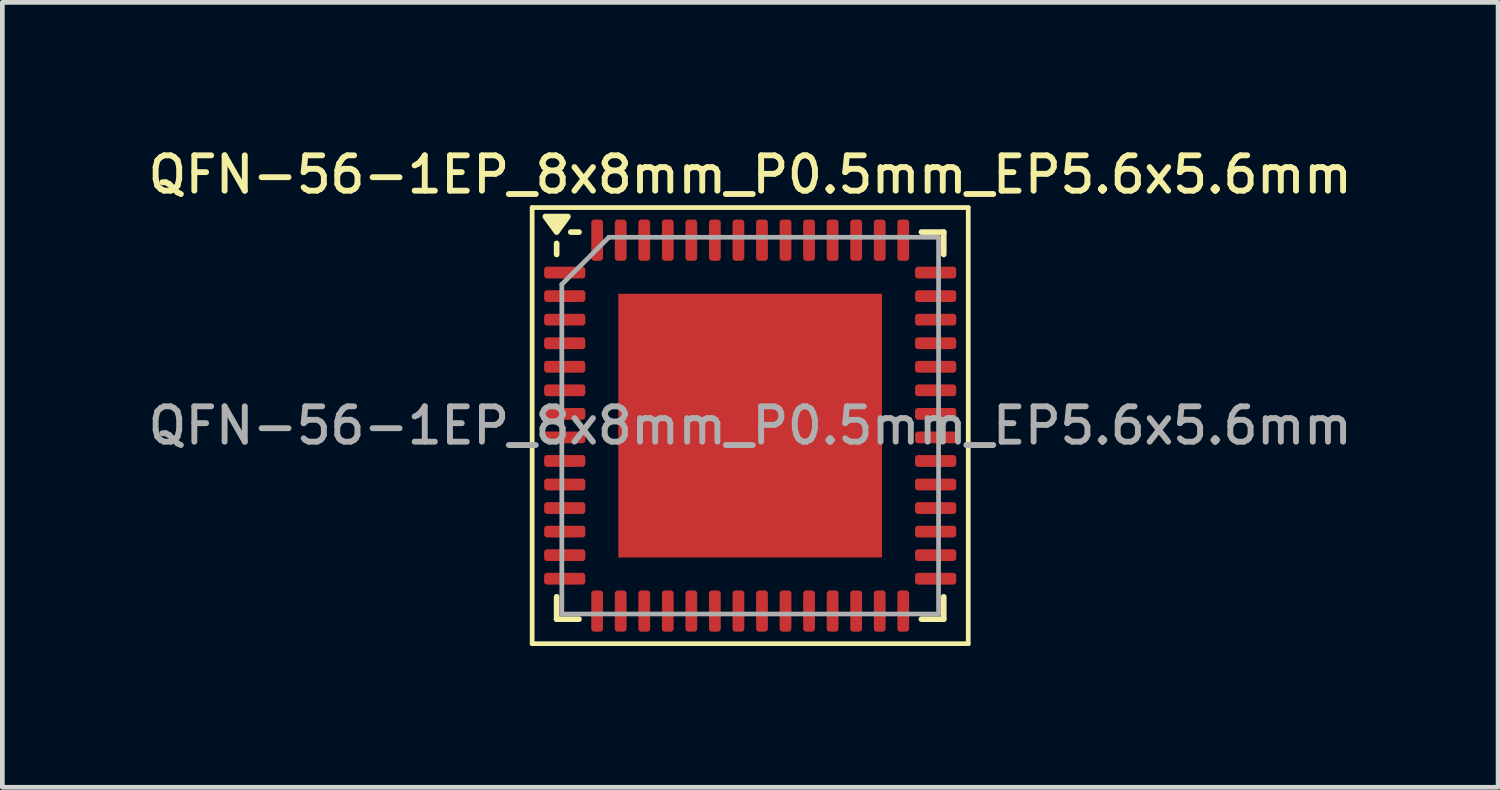
<source format=kicad_pcb>
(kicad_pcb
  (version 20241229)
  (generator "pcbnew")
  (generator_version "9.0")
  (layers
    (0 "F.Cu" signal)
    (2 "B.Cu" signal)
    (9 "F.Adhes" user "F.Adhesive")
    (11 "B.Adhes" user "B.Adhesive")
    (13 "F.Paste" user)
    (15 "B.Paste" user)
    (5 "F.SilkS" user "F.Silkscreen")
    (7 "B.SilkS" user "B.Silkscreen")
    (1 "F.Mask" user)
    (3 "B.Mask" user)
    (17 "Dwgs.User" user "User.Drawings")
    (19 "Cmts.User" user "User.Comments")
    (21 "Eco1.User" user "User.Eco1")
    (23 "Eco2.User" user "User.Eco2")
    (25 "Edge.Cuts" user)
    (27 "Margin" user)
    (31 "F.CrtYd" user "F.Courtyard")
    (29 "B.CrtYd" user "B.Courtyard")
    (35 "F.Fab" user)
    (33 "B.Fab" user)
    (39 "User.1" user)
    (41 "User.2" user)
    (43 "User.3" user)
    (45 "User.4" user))
  (footprint "QFN-56-1EP_8x8mm_P0.5mm_EP5.6x5.6mm"
    (layer "F.Cu")
    (at 12.88 5.988)
    (property "Reference" "QFN-56-1EP_8x8mm_P0.5mm_EP5.6x5.6mm" (at 0 -5.33 0) (layer "F.SilkS") (effects (font (size 0.75 0.75) (thickness 0.125))))
    (attr smd)
    (fp_line (start -4.63 -4.63) (end -4.63 4.63) (stroke (width 0.1) (type solid)) (layer "F.SilkS"))
    (fp_line (start -4.63 4.63) (end 4.63 4.63) (stroke (width 0.1) (type solid)) (layer "F.SilkS"))
    (fp_line (start -4.11 -3.635) (end -4.11 -3.87) (stroke (width 0.12) (type solid)) (layer "F.SilkS"))
    (fp_line (start -4.11 4.11) (end -4.11 3.635) (stroke (width 0.12) (type solid)) (layer "F.SilkS"))
    (fp_line (start -3.635 -4.11) (end -3.81 -4.11) (stroke (width 0.12) (type solid)) (layer "F.SilkS"))
    (fp_line (start -3.635 4.11) (end -4.11 4.11) (stroke (width 0.12) (type solid)) (layer "F.SilkS"))
    (fp_line (start 3.635 -4.11) (end 4.11 -4.11) (stroke (width 0.12) (type solid)) (layer "F.SilkS"))
    (fp_line (start 3.635 4.11) (end 4.11 4.11) (stroke (width 0.12) (type solid)) (layer "F.SilkS"))
    (fp_line (start 4.11 -4.11) (end 4.11 -3.635) (stroke (width 0.12) (type solid)) (layer "F.SilkS"))
    (fp_line (start 4.11 4.11) (end 4.11 3.635) (stroke (width 0.12) (type solid)) (layer "F.SilkS"))
    (fp_line (start 4.63 -4.63) (end -4.63 -4.63) (stroke (width 0.1) (type solid)) (layer "F.SilkS"))
    (fp_line (start 4.63 4.63) (end 4.63 -4.63) (stroke (width 0.1) (type solid)) (layer "F.SilkS"))
    (fp_poly (pts (xy -4.11 -4.11) (xy -4.35 -4.44) (xy -3.87 -4.44) (xy -4.11 -4.11)) (stroke (width 0.12) (type solid)) (fill yes) (layer "F.SilkS"))
    (fp_line (start -4 -3) (end -3 -4) (stroke (width 0.1) (type solid)) (layer "F.Fab"))
    (fp_line (start -4 4) (end -4 -3) (stroke (width 0.1) (type solid)) (layer "F.Fab"))
    (fp_line (start -3 -4) (end 4 -4) (stroke (width 0.1) (type solid)) (layer "F.Fab"))
    (fp_line (start 4 -4) (end 4 4) (stroke (width 0.1) (type solid)) (layer "F.Fab"))
    (fp_line (start 4 4) (end -4 4) (stroke (width 0.1) (type solid)) (layer "F.Fab"))
    (fp_text user "${REFERENCE}" (at 0 0 0) (layer "F.Fab") (effects (font (size 0.75 0.75) (thickness 0.125))))
    (pad "" smd roundrect (at -2.1 -2.1) (size 1.13 1.13) (layers "F.Paste") (roundrect_rratio 0.221))
    (pad "" smd roundrect (at -2.1 -0.7) (size 1.13 1.13) (layers "F.Paste") (roundrect_rratio 0.221))
    (pad "" smd roundrect (at -2.1 0.7) (size 1.13 1.13) (layers "F.Paste") (roundrect_rratio 0.221))
    (pad "" smd roundrect (at -2.1 2.1) (size 1.13 1.13) (layers "F.Paste") (roundrect_rratio 0.221))
    (pad "" smd roundrect (at -0.7 -2.1) (size 1.13 1.13) (layers "F.Paste") (roundrect_rratio 0.221))
    (pad "" smd roundrect (at -0.7 -0.7) (size 1.13 1.13) (layers "F.Paste") (roundrect_rratio 0.221))
    (pad "" smd roundrect (at -0.7 0.7) (size 1.13 1.13) (layers "F.Paste") (roundrect_rratio 0.221))
    (pad "" smd roundrect (at -0.7 2.1) (size 1.13 1.13) (layers "F.Paste") (roundrect_rratio 0.221))
    (pad "" smd roundrect (at 0.7 -2.1) (size 1.13 1.13) (layers "F.Paste") (roundrect_rratio 0.221))
    (pad "" smd roundrect (at 0.7 -0.7) (size 1.13 1.13) (layers "F.Paste") (roundrect_rratio 0.221))
    (pad "" smd roundrect (at 0.7 0.7) (size 1.13 1.13) (layers "F.Paste") (roundrect_rratio 0.221))
    (pad "" smd roundrect (at 0.7 2.1) (size 1.13 1.13) (layers "F.Paste") (roundrect_rratio 0.221))
    (pad "" smd roundrect (at 2.1 -2.1) (size 1.13 1.13) (layers "F.Paste") (roundrect_rratio 0.221))
    (pad "" smd roundrect (at 2.1 -0.7) (size 1.13 1.13) (layers "F.Paste") (roundrect_rratio 0.221))
    (pad "" smd roundrect (at 2.1 0.7) (size 1.13 1.13) (layers "F.Paste") (roundrect_rratio 0.221))
    (pad "" smd roundrect (at 2.1 2.1) (size 1.13 1.13) (layers "F.Paste") (roundrect_rratio 0.221))
    (pad "1" smd roundrect (at -3.938 -3.25) (size 0.875 0.25) (layers "F.Cu" "F.Mask" "F.Paste") (roundrect_rratio 0.25))
    (pad "2" smd roundrect (at -3.938 -2.75) (size 0.875 0.25) (layers "F.Cu" "F.Mask" "F.Paste") (roundrect_rratio 0.25))
    (pad "3" smd roundrect (at -3.938 -2.25) (size 0.875 0.25) (layers "F.Cu" "F.Mask" "F.Paste") (roundrect_rratio 0.25))
    (pad "4" smd roundrect (at -3.938 -1.75) (size 0.875 0.25) (layers "F.Cu" "F.Mask" "F.Paste") (roundrect_rratio 0.25))
    (pad "5" smd roundrect (at -3.938 -1.25) (size 0.875 0.25) (layers "F.Cu" "F.Mask" "F.Paste") (roundrect_rratio 0.25))
    (pad "6" smd roundrect (at -3.938 -0.75) (size 0.875 0.25) (layers "F.Cu" "F.Mask" "F.Paste") (roundrect_rratio 0.25))
    (pad "7" smd roundrect (at -3.938 -0.25) (size 0.875 0.25) (layers "F.Cu" "F.Mask" "F.Paste") (roundrect_rratio 0.25))
    (pad "8" smd roundrect (at -3.938 0.25) (size 0.875 0.25) (layers "F.Cu" "F.Mask" "F.Paste") (roundrect_rratio 0.25))
    (pad "9" smd roundrect (at -3.938 0.75) (size 0.875 0.25) (layers "F.Cu" "F.Mask" "F.Paste") (roundrect_rratio 0.25))
    (pad "10" smd roundrect (at -3.938 1.25) (size 0.875 0.25) (layers "F.Cu" "F.Mask" "F.Paste") (roundrect_rratio 0.25))
    (pad "11" smd roundrect (at -3.938 1.75) (size 0.875 0.25) (layers "F.Cu" "F.Mask" "F.Paste") (roundrect_rratio 0.25))
    (pad "12" smd roundrect (at -3.938 2.25) (size 0.875 0.25) (layers "F.Cu" "F.Mask" "F.Paste") (roundrect_rratio 0.25))
    (pad "13" smd roundrect (at -3.938 2.75) (size 0.875 0.25) (layers "F.Cu" "F.Mask" "F.Paste") (roundrect_rratio 0.25))
    (pad "14" smd roundrect (at -3.938 3.25) (size 0.875 0.25) (layers "F.Cu" "F.Mask" "F.Paste") (roundrect_rratio 0.25))
    (pad "15" smd roundrect (at -3.25 3.938) (size 0.25 0.875) (layers "F.Cu" "F.Mask" "F.Paste") (roundrect_rratio 0.25))
    (pad "16" smd roundrect (at -2.75 3.938) (size 0.25 0.875) (layers "F.Cu" "F.Mask" "F.Paste") (roundrect_rratio 0.25))
    (pad "17" smd roundrect (at -2.25 3.938) (size 0.25 0.875) (layers "F.Cu" "F.Mask" "F.Paste") (roundrect_rratio 0.25))
    (pad "18" smd roundrect (at -1.75 3.938) (size 0.25 0.875) (layers "F.Cu" "F.Mask" "F.Paste") (roundrect_rratio 0.25))
    (pad "19" smd roundrect (at -1.25 3.938) (size 0.25 0.875) (layers "F.Cu" "F.Mask" "F.Paste") (roundrect_rratio 0.25))
    (pad "20" smd roundrect (at -0.75 3.938) (size 0.25 0.875) (layers "F.Cu" "F.Mask" "F.Paste") (roundrect_rratio 0.25))
    (pad "21" smd roundrect (at -0.25 3.938) (size 0.25 0.875) (layers "F.Cu" "F.Mask" "F.Paste") (roundrect_rratio 0.25))
    (pad "22" smd roundrect (at 0.25 3.938) (size 0.25 0.875) (layers "F.Cu" "F.Mask" "F.Paste") (roundrect_rratio 0.25))
    (pad "23" smd roundrect (at 0.75 3.938) (size 0.25 0.875) (layers "F.Cu" "F.Mask" "F.Paste") (roundrect_rratio 0.25))
    (pad "24" smd roundrect (at 1.25 3.938) (size 0.25 0.875) (layers "F.Cu" "F.Mask" "F.Paste") (roundrect_rratio 0.25))
    (pad "25" smd roundrect (at 1.75 3.938) (size 0.25 0.875) (layers "F.Cu" "F.Mask" "F.Paste") (roundrect_rratio 0.25))
    (pad "26" smd roundrect (at 2.25 3.938) (size 0.25 0.875) (layers "F.Cu" "F.Mask" "F.Paste") (roundrect_rratio 0.25))
    (pad "27" smd roundrect (at 2.75 3.938) (size 0.25 0.875) (layers "F.Cu" "F.Mask" "F.Paste") (roundrect_rratio 0.25))
    (pad "28" smd roundrect (at 3.25 3.938) (size 0.25 0.875) (layers "F.Cu" "F.Mask" "F.Paste") (roundrect_rratio 0.25))
    (pad "29" smd roundrect (at 3.938 3.25) (size 0.875 0.25) (layers "F.Cu" "F.Mask" "F.Paste") (roundrect_rratio 0.25))
    (pad "30" smd roundrect (at 3.938 2.75) (size 0.875 0.25) (layers "F.Cu" "F.Mask" "F.Paste") (roundrect_rratio 0.25))
    (pad "31" smd roundrect (at 3.938 2.25) (size 0.875 0.25) (layers "F.Cu" "F.Mask" "F.Paste") (roundrect_rratio 0.25))
    (pad "32" smd roundrect (at 3.938 1.75) (size 0.875 0.25) (layers "F.Cu" "F.Mask" "F.Paste") (roundrect_rratio 0.25))
    (pad "33" smd roundrect (at 3.938 1.25) (size 0.875 0.25) (layers "F.Cu" "F.Mask" "F.Paste") (roundrect_rratio 0.25))
    (pad "34" smd roundrect (at 3.938 0.75) (size 0.875 0.25) (layers "F.Cu" "F.Mask" "F.Paste") (roundrect_rratio 0.25))
    (pad "35" smd roundrect (at 3.938 0.25) (size 0.875 0.25) (layers "F.Cu" "F.Mask" "F.Paste") (roundrect_rratio 0.25))
    (pad "36" smd roundrect (at 3.938 -0.25) (size 0.875 0.25) (layers "F.Cu" "F.Mask" "F.Paste") (roundrect_rratio 0.25))
    (pad "37" smd roundrect (at 3.938 -0.75) (size 0.875 0.25) (layers "F.Cu" "F.Mask" "F.Paste") (roundrect_rratio 0.25))
    (pad "38" smd roundrect (at 3.938 -1.25) (size 0.875 0.25) (layers "F.Cu" "F.Mask" "F.Paste") (roundrect_rratio 0.25))
    (pad "39" smd roundrect (at 3.938 -1.75) (size 0.875 0.25) (layers "F.Cu" "F.Mask" "F.Paste") (roundrect_rratio 0.25))
    (pad "40" smd roundrect (at 3.938 -2.25) (size 0.875 0.25) (layers "F.Cu" "F.Mask" "F.Paste") (roundrect_rratio 0.25))
    (pad "41" smd roundrect (at 3.938 -2.75) (size 0.875 0.25) (layers "F.Cu" "F.Mask" "F.Paste") (roundrect_rratio 0.25))
    (pad "42" smd roundrect (at 3.938 -3.25) (size 0.875 0.25) (layers "F.Cu" "F.Mask" "F.Paste") (roundrect_rratio 0.25))
    (pad "43" smd roundrect (at 3.25 -3.938) (size 0.25 0.875) (layers "F.Cu" "F.Mask" "F.Paste") (roundrect_rratio 0.25))
    (pad "44" smd roundrect (at 2.75 -3.938) (size 0.25 0.875) (layers "F.Cu" "F.Mask" "F.Paste") (roundrect_rratio 0.25))
    (pad "45" smd roundrect (at 2.25 -3.938) (size 0.25 0.875) (layers "F.Cu" "F.Mask" "F.Paste") (roundrect_rratio 0.25))
    (pad "46" smd roundrect (at 1.75 -3.938) (size 0.25 0.875) (layers "F.Cu" "F.Mask" "F.Paste") (roundrect_rratio 0.25))
    (pad "47" smd roundrect (at 1.25 -3.938) (size 0.25 0.875) (layers "F.Cu" "F.Mask" "F.Paste") (roundrect_rratio 0.25))
    (pad "48" smd roundrect (at 0.75 -3.938) (size 0.25 0.875) (layers "F.Cu" "F.Mask" "F.Paste") (roundrect_rratio 0.25))
    (pad "49" smd roundrect (at 0.25 -3.938) (size 0.25 0.875) (layers "F.Cu" "F.Mask" "F.Paste") (roundrect_rratio 0.25))
    (pad "50" smd roundrect (at -0.25 -3.938) (size 0.25 0.875) (layers "F.Cu" "F.Mask" "F.Paste") (roundrect_rratio 0.25))
    (pad "51" smd roundrect (at -0.75 -3.938) (size 0.25 0.875) (layers "F.Cu" "F.Mask" "F.Paste") (roundrect_rratio 0.25))
    (pad "52" smd roundrect (at -1.25 -3.938) (size 0.25 0.875) (layers "F.Cu" "F.Mask" "F.Paste") (roundrect_rratio 0.25))
    (pad "53" smd roundrect (at -1.75 -3.938) (size 0.25 0.875) (layers "F.Cu" "F.Mask" "F.Paste") (roundrect_rratio 0.25))
    (pad "54" smd roundrect (at -2.25 -3.938) (size 0.25 0.875) (layers "F.Cu" "F.Mask" "F.Paste") (roundrect_rratio 0.25))
    (pad "55" smd roundrect (at -2.75 -3.938) (size 0.25 0.875) (layers "F.Cu" "F.Mask" "F.Paste") (roundrect_rratio 0.25))
    (pad "56" smd roundrect (at -3.25 -3.938) (size 0.25 0.875) (layers "F.Cu" "F.Mask" "F.Paste") (roundrect_rratio 0.25))
    (pad "57" smd rect (at 0 0) (size 5.6 5.6) (property pad_prop_heatsink) (layers "F.Cu" "F.Mask")))
  (gr_rect
    (start -3 -3)
    (end 28.761 13.668)
    (stroke (width 0.1) (type default))
    (fill no)
    (layer "Edge.Cuts")))
</source>
